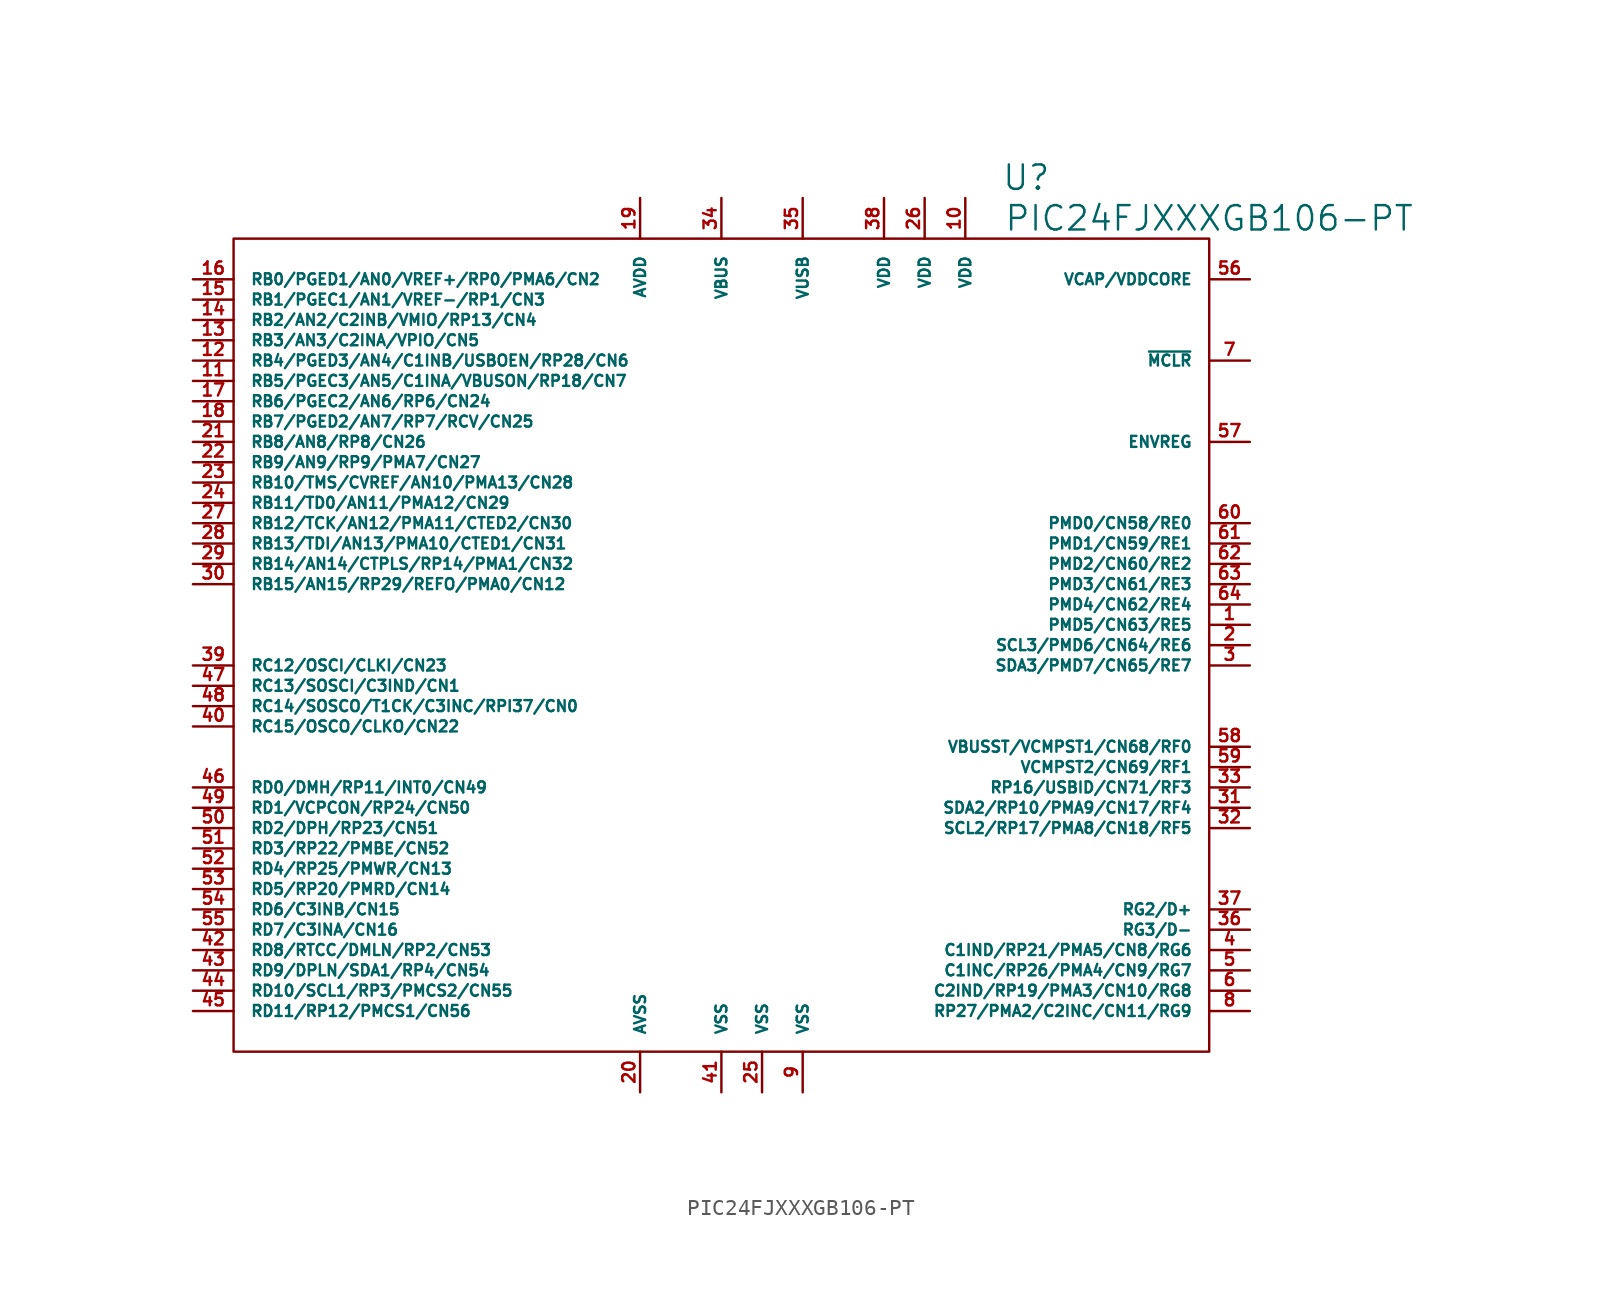
<source format=kicad_sym>
(kicad_symbol_lib
  (version 20220914)
  (generator kicad_symbol_editor)
  (symbol "PIC24FJXXXGB106-PT"
    (pin_names
      (offset 1.016))
    (property "Reference" "U"
      (at 19.05 29.21 0)
      (effects (font (size 1.524 1.524))))
    (property "Value" "PIC24FJXXXGB106-PT"
      (at 30.48 26.67 0)
      (effects (font (size 1.524 1.524))))
    (property "Footprint" ""
      (at 0 -8.89 0)
      (effects (font (size 1.524 1.524))))
    (property "Datasheet" ""
      (at 0 0 0)
      (effects (font (size 1.524 1.524))))
    (symbol "PIC24FJXXXGB106-PT_0_1"
      (rectangle (start 30.48 25.4) (end -30.48 -25.4) (stroke (width 0) (type solid)) (fill (type none))))
    (symbol "PIC24FJXXXGB106-PT_1_1"
      (pin passive line (at 33.02 1.27 180) (length 2.54) (name "PMD5/CN63/RE5" (effects (font (size 0.686 0.686)))) (number "1" (effects (font (size 0.762 0.762)))))
      (pin passive line (at 15.24 27.94 270) (length 2.54) (name "VDD" (effects (font (size 0.686 0.686)))) (number "10" (effects (font (size 0.762 0.762)))))
      (pin passive line (at -33.02 16.51 0) (length 2.54) (name "RB5/PGEC3/AN5/C1INA/VBUSON/RP18/CN7" (effects (font (size 0.686 0.686)))) (number "11" (effects (font (size 0.762 0.762)))))
      (pin passive line (at -33.02 17.78 0) (length 2.54) (name "RB4/PGED3/AN4/C1INB/USBOEN/RP28/CN6" (effects (font (size 0.686 0.686)))) (number "12" (effects (font (size 0.762 0.762)))))
      (pin passive line (at -33.02 19.05 0) (length 2.54) (name "RB3/AN3/C2INA/VPIO/CN5" (effects (font (size 0.686 0.686)))) (number "13" (effects (font (size 0.762 0.762)))))
      (pin passive line (at -33.02 20.32 0) (length 2.54) (name "RB2/AN2/C2INB/VMIO/RP13/CN4" (effects (font (size 0.686 0.686)))) (number "14" (effects (font (size 0.762 0.762)))))
      (pin passive line (at -33.02 21.59 0) (length 2.54) (name "RB1/PGEC1/AN1/VREF-/RP1/CN3" (effects (font (size 0.686 0.686)))) (number "15" (effects (font (size 0.762 0.762)))))
      (pin passive line (at -33.02 22.86 0) (length 2.54) (name "RB0/PGED1/AN0/VREF+/RP0/PMA6/CN2" (effects (font (size 0.686 0.686)))) (number "16" (effects (font (size 0.762 0.762)))))
      (pin passive line (at -33.02 15.24 0) (length 2.54) (name "RB6/PGEC2/AN6/RP6/CN24" (effects (font (size 0.686 0.686)))) (number "17" (effects (font (size 0.762 0.762)))))
      (pin passive line (at -33.02 13.97 0) (length 2.54) (name "RB7/PGED2/AN7/RP7/RCV/CN25" (effects (font (size 0.686 0.686)))) (number "18" (effects (font (size 0.762 0.762)))))
      (pin passive line (at -5.08 27.94 270) (length 2.54) (name "AVDD" (effects (font (size 0.686 0.686)))) (number "19" (effects (font (size 0.762 0.762)))))
      (pin passive line (at 33.02 0 180) (length 2.54) (name "SCL3/PMD6/CN64/RE6" (effects (font (size 0.686 0.686)))) (number "2" (effects (font (size 0.762 0.762)))))
      (pin passive line (at -5.08 -27.94 90) (length 2.54) (name "AVSS" (effects (font (size 0.686 0.686)))) (number "20" (effects (font (size 0.762 0.762)))))
      (pin passive line (at -33.02 12.7 0) (length 2.54) (name "RB8/AN8/RP8/CN26" (effects (font (size 0.686 0.686)))) (number "21" (effects (font (size 0.762 0.762)))))
      (pin passive line (at -33.02 11.43 0) (length 2.54) (name "RB9/AN9/RP9/PMA7/CN27" (effects (font (size 0.686 0.686)))) (number "22" (effects (font (size 0.762 0.762)))))
      (pin passive line (at -33.02 10.16 0) (length 2.54) (name "RB10/TMS/CVREF/AN10/PMA13/CN28" (effects (font (size 0.686 0.686)))) (number "23" (effects (font (size 0.762 0.762)))))
      (pin passive line (at -33.02 8.89 0) (length 2.54) (name "RB11/TD0/AN11/PMA12/CN29" (effects (font (size 0.686 0.686)))) (number "24" (effects (font (size 0.762 0.762)))))
      (pin passive line (at 2.54 -27.94 90) (length 2.54) (name "VSS" (effects (font (size 0.686 0.686)))) (number "25" (effects (font (size 0.762 0.762)))))
      (pin passive line (at 12.7 27.94 270) (length 2.54) (name "VDD" (effects (font (size 0.686 0.686)))) (number "26" (effects (font (size 0.762 0.762)))))
      (pin passive line (at -33.02 7.62 0) (length 2.54) (name "RB12/TCK/AN12/PMA11/CTED2/CN30" (effects (font (size 0.686 0.686)))) (number "27" (effects (font (size 0.762 0.762)))))
      (pin passive line (at -33.02 6.35 0) (length 2.54) (name "RB13/TDI/AN13/PMA10/CTED1/CN31" (effects (font (size 0.686 0.686)))) (number "28" (effects (font (size 0.762 0.762)))))
      (pin passive line (at -33.02 5.08 0) (length 2.54) (name "RB14/AN14/CTPLS/RP14/PMA1/CN32" (effects (font (size 0.686 0.686)))) (number "29" (effects (font (size 0.762 0.762)))))
      (pin passive line (at 33.02 -1.27 180) (length 2.54) (name "SDA3/PMD7/CN65/RE7" (effects (font (size 0.686 0.686)))) (number "3" (effects (font (size 0.762 0.762)))))
      (pin passive line (at -33.02 3.81 0) (length 2.54) (name "RB15/AN15/RP29/REFO/PMA0/CN12" (effects (font (size 0.686 0.686)))) (number "30" (effects (font (size 0.762 0.762)))))
      (pin passive line (at 33.02 -10.16 180) (length 2.54) (name "SDA2/RP10/PMA9/CN17/RF4" (effects (font (size 0.686 0.686)))) (number "31" (effects (font (size 0.762 0.762)))))
      (pin passive line (at 33.02 -11.43 180) (length 2.54) (name "SCL2/RP17/PMA8/CN18/RF5" (effects (font (size 0.686 0.686)))) (number "32" (effects (font (size 0.762 0.762)))))
      (pin passive line (at 33.02 -8.89 180) (length 2.54) (name "RP16/USBID/CN71/RF3" (effects (font (size 0.686 0.686)))) (number "33" (effects (font (size 0.762 0.762)))))
      (pin passive line (at 0 27.94 270) (length 2.54) (name "VBUS" (effects (font (size 0.686 0.686)))) (number "34" (effects (font (size 0.762 0.762)))))
      (pin passive line (at 5.08 27.94 270) (length 2.54) (name "VUSB" (effects (font (size 0.686 0.686)))) (number "35" (effects (font (size 0.762 0.762)))))
      (pin passive line (at 33.02 -17.78 180) (length 2.54) (name "RG3/D-" (effects (font (size 0.686 0.686)))) (number "36" (effects (font (size 0.762 0.762)))))
      (pin passive line (at 33.02 -16.51 180) (length 2.54) (name "RG2/D+" (effects (font (size 0.686 0.686)))) (number "37" (effects (font (size 0.762 0.762)))))
      (pin passive line (at 10.16 27.94 270) (length 2.54) (name "VDD" (effects (font (size 0.686 0.686)))) (number "38" (effects (font (size 0.762 0.762)))))
      (pin passive line (at -33.02 -1.27 0) (length 2.54) (name "RC12/OSCI/CLKI/CN23" (effects (font (size 0.686 0.686)))) (number "39" (effects (font (size 0.762 0.762)))))
      (pin passive line (at 33.02 -19.05 180) (length 2.54) (name "C1IND/RP21/PMA5/CN8/RG6" (effects (font (size 0.686 0.686)))) (number "4" (effects (font (size 0.762 0.762)))))
      (pin passive line (at -33.02 -5.08 0) (length 2.54) (name "RC15/OSCO/CLKO/CN22" (effects (font (size 0.686 0.686)))) (number "40" (effects (font (size 0.762 0.762)))))
      (pin passive line (at 0 -27.94 90) (length 2.54) (name "VSS" (effects (font (size 0.686 0.686)))) (number "41" (effects (font (size 0.762 0.762)))))
      (pin passive line (at -33.02 -19.05 0) (length 2.54) (name "RD8/RTCC/DMLN/RP2/CN53" (effects (font (size 0.686 0.686)))) (number "42" (effects (font (size 0.762 0.762)))))
      (pin passive line (at -33.02 -20.32 0) (length 2.54) (name "RD9/DPLN/SDA1/RP4/CN54" (effects (font (size 0.686 0.686)))) (number "43" (effects (font (size 0.762 0.762)))))
      (pin passive line (at -33.02 -21.59 0) (length 2.54) (name "RD10/SCL1/RP3/PMCS2/CN55" (effects (font (size 0.686 0.686)))) (number "44" (effects (font (size 0.762 0.762)))))
      (pin passive line (at -33.02 -22.86 0) (length 2.54) (name "RD11/RP12/PMCS1/CN56" (effects (font (size 0.686 0.686)))) (number "45" (effects (font (size 0.762 0.762)))))
      (pin passive line (at -33.02 -8.89 0) (length 2.54) (name "RD0/DMH/RP11/INT0/CN49" (effects (font (size 0.686 0.686)))) (number "46" (effects (font (size 0.762 0.762)))))
      (pin passive line (at -33.02 -2.54 0) (length 2.54) (name "RC13/SOSCI/C3IND/CN1" (effects (font (size 0.686 0.686)))) (number "47" (effects (font (size 0.762 0.762)))))
      (pin passive line (at -33.02 -3.81 0) (length 2.54) (name "RC14/SOSCO/T1CK/C3INC/RPI37/CN0" (effects (font (size 0.686 0.686)))) (number "48" (effects (font (size 0.762 0.762)))))
      (pin passive line (at -33.02 -10.16 0) (length 2.54) (name "RD1/VCPCON/RP24/CN50" (effects (font (size 0.686 0.686)))) (number "49" (effects (font (size 0.762 0.762)))))
      (pin passive line (at 33.02 -20.32 180) (length 2.54) (name "C1INC/RP26/PMA4/CN9/RG7" (effects (font (size 0.686 0.686)))) (number "5" (effects (font (size 0.762 0.762)))))
      (pin passive line (at -33.02 -11.43 0) (length 2.54) (name "RD2/DPH/RP23/CN51" (effects (font (size 0.686 0.686)))) (number "50" (effects (font (size 0.762 0.762)))))
      (pin passive line (at -33.02 -12.7 0) (length 2.54) (name "RD3/RP22/PMBE/CN52" (effects (font (size 0.686 0.686)))) (number "51" (effects (font (size 0.762 0.762)))))
      (pin passive line (at -33.02 -13.97 0) (length 2.54) (name "RD4/RP25/PMWR/CN13" (effects (font (size 0.686 0.686)))) (number "52" (effects (font (size 0.762 0.762)))))
      (pin passive line (at -33.02 -15.24 0) (length 2.54) (name "RD5/RP20/PMRD/CN14" (effects (font (size 0.686 0.686)))) (number "53" (effects (font (size 0.762 0.762)))))
      (pin passive line (at -33.02 -16.51 0) (length 2.54) (name "RD6/C3INB/CN15" (effects (font (size 0.686 0.686)))) (number "54" (effects (font (size 0.762 0.762)))))
      (pin passive line (at -33.02 -17.78 0) (length 2.54) (name "RD7/C3INA/CN16" (effects (font (size 0.686 0.686)))) (number "55" (effects (font (size 0.762 0.762)))))
      (pin passive line (at 33.02 22.86 180) (length 2.54) (name "VCAP/VDDCORE" (effects (font (size 0.686 0.686)))) (number "56" (effects (font (size 0.762 0.762)))))
      (pin passive line (at 33.02 12.7 180) (length 2.54) (name "ENVREG" (effects (font (size 0.686 0.686)))) (number "57" (effects (font (size 0.762 0.762)))))
      (pin passive line (at 33.02 -6.35 180) (length 2.54) (name "VBUSST/VCMPST1/CN68/RF0" (effects (font (size 0.686 0.686)))) (number "58" (effects (font (size 0.762 0.762)))))
      (pin passive line (at 33.02 -7.62 180) (length 2.54) (name "VCMPST2/CN69/RF1" (effects (font (size 0.686 0.686)))) (number "59" (effects (font (size 0.762 0.762)))))
      (pin passive line (at 33.02 -21.59 180) (length 2.54) (name "C2IND/RP19/PMA3/CN10/RG8" (effects (font (size 0.686 0.686)))) (number "6" (effects (font (size 0.762 0.762)))))
      (pin passive line (at 33.02 7.62 180) (length 2.54) (name "PMD0/CN58/RE0" (effects (font (size 0.686 0.686)))) (number "60" (effects (font (size 0.762 0.762)))))
      (pin passive line (at 33.02 6.35 180) (length 2.54) (name "PMD1/CN59/RE1" (effects (font (size 0.686 0.686)))) (number "61" (effects (font (size 0.762 0.762)))))
      (pin passive line (at 33.02 5.08 180) (length 2.54) (name "PMD2/CN60/RE2" (effects (font (size 0.686 0.686)))) (number "62" (effects (font (size 0.762 0.762)))))
      (pin passive line (at 33.02 3.81 180) (length 2.54) (name "PMD3/CN61/RE3" (effects (font (size 0.686 0.686)))) (number "63" (effects (font (size 0.762 0.762)))))
      (pin passive line (at 33.02 2.54 180) (length 2.54) (name "PMD4/CN62/RE4" (effects (font (size 0.686 0.686)))) (number "64" (effects (font (size 0.762 0.762)))))
      (pin passive line (at 33.02 17.78 180) (length 2.54) (name "~{MCLR}" (effects (font (size 0.686 0.686)))) (number "7" (effects (font (size 0.762 0.762)))))
      (pin passive line (at 33.02 -22.86 180) (length 2.54) (name "RP27/PMA2/C2INC/CN11/RG9" (effects (font (size 0.686 0.686)))) (number "8" (effects (font (size 0.762 0.762)))))
      (pin passive line (at 5.08 -27.94 90) (length 2.54) (name "VSS" (effects (font (size 0.686 0.686)))) (number "9" (effects (font (size 0.762 0.762))))))))
</source>
